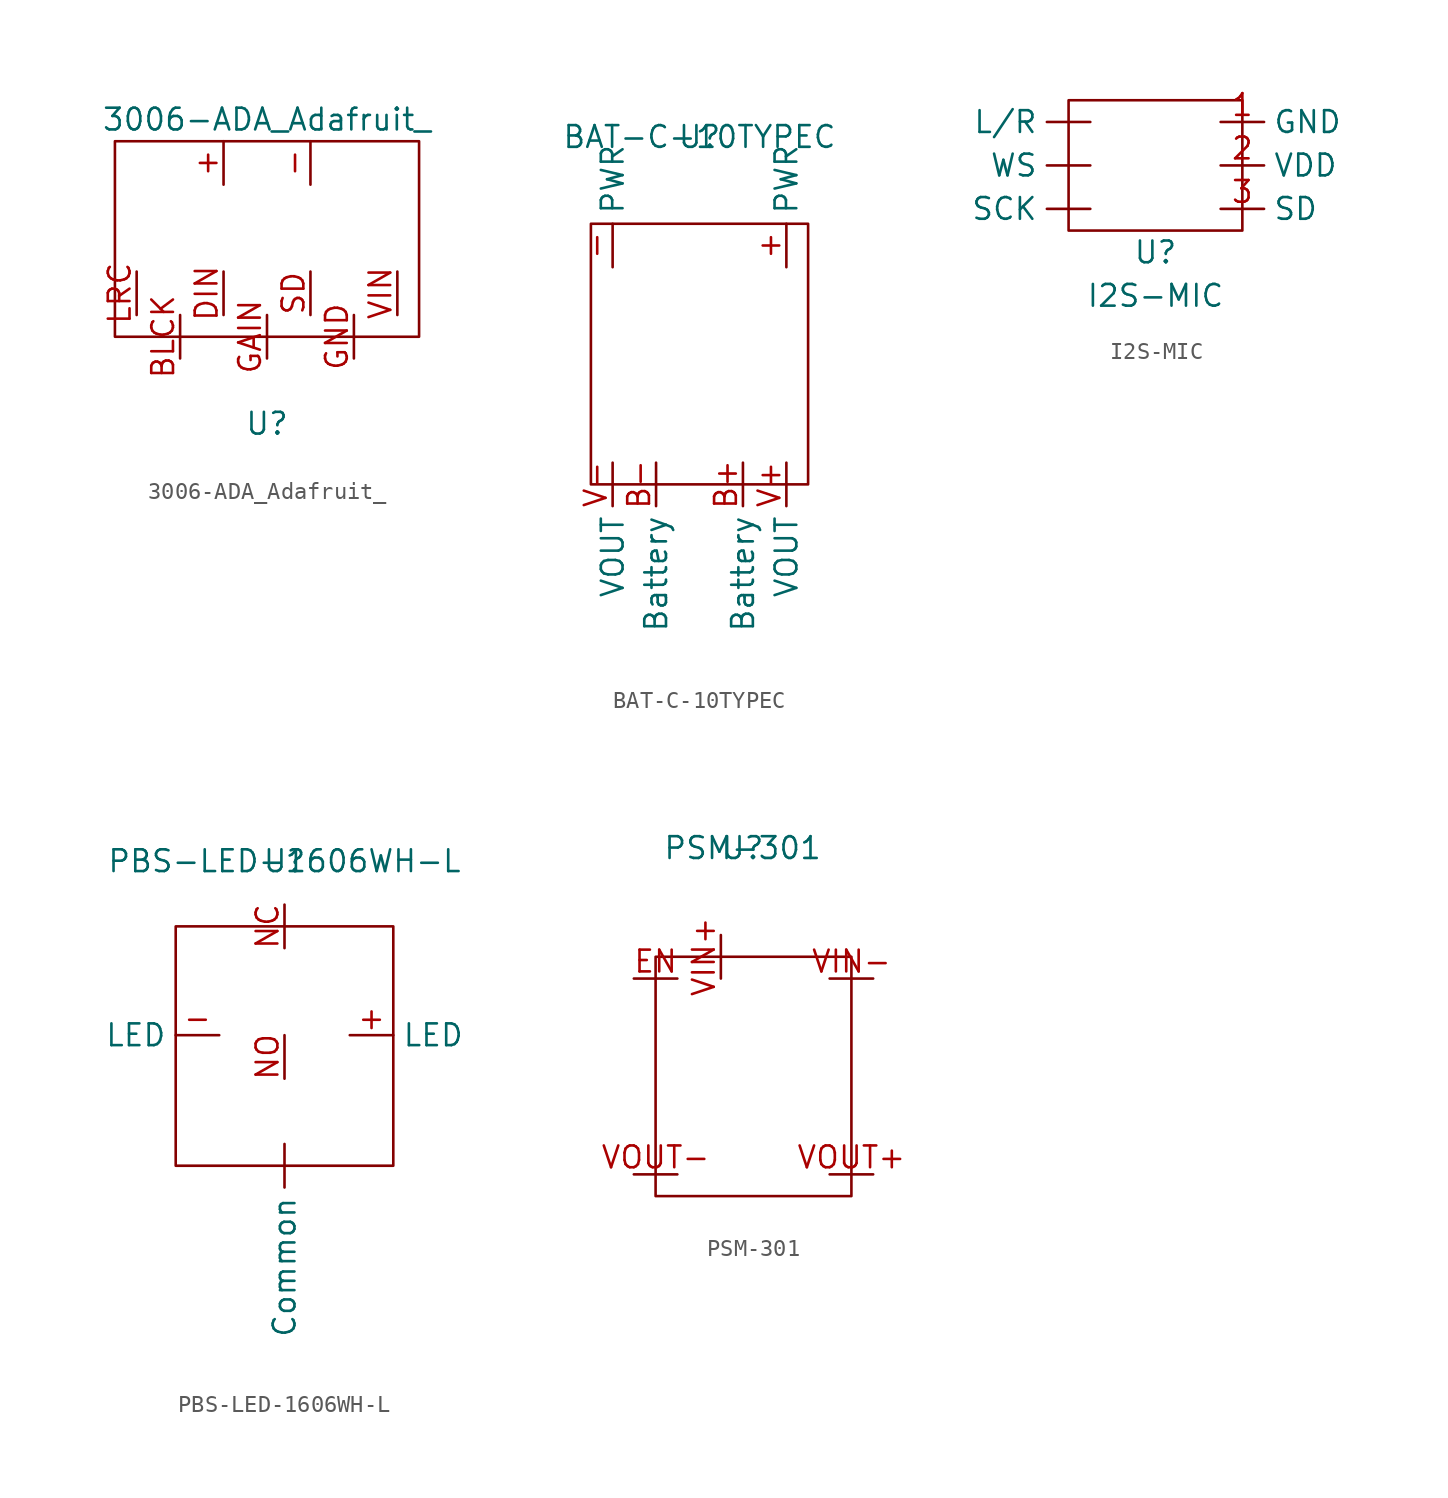
<source format=kicad_sym>
(kicad_symbol_lib
  (version 20211014)
  (generator kicad_symbol_editor)
  (symbol "3006-ADA_Adafruit_"
    (property "Reference" "U"
      (at 0 -10.16 0)
      (effects (font (size 1.27 1.27))))
    (property "Value" "3006-ADA_Adafruit_"
      (at 0 7.62 0)
      (effects (font (size 1.27 1.27))))
    (symbol "3006-ADA_Adafruit__0_1"
      (rectangle (start -8.89 6.35) (end 8.89 -5.08) (stroke (width 0) (type default) (color 0 0 0 0)) (fill (type none))))
    (symbol "3006-ADA_Adafruit__1_1"
      (pin output line (at -2.54 3.81 90) (length 2.54) (name "" (effects (font (size 1.27 1.27)))) (number "+" (effects (font (size 1.27 1.27)))))
      (pin output line (at 2.54 3.81 90) (length 2.54) (name "" (effects (font (size 1.27 1.27)))) (number "-" (effects (font (size 1.27 1.27)))))
      (pin input line (at -5.08 -3.81 270) (length 2.54) (name "" (effects (font (size 1.27 1.27)))) (number "BLCK" (effects (font (size 1.27 1.27)))))
      (pin input line (at -2.54 -3.81 90) (length 2.54) (name "" (effects (font (size 1.27 1.27)))) (number "DIN" (effects (font (size 1.27 1.27)))))
      (pin input line (at 0 -3.81 270) (length 2.54) (name "" (effects (font (size 1.27 1.27)))) (number "GAIN" (effects (font (size 1.27 1.27)))))
      (pin power_in line (at 5.08 -3.81 270) (length 2.54) (name "" (effects (font (size 1.27 1.27)))) (number "GND" (effects (font (size 1.27 1.27)))))
      (pin input line (at -7.62 -3.81 90) (length 2.54) (name "" (effects (font (size 1.27 1.27)))) (number "LRC" (effects (font (size 1.27 1.27)))))
      (pin input line (at 2.54 -3.81 90) (length 2.54) (name "" (effects (font (size 1.27 1.27)))) (number "SD" (effects (font (size 1.27 1.27)))))
      (pin power_in line (at 7.62 -3.81 90) (length 2.54) (name "" (effects (font (size 1.27 1.27)))) (number "VIN" (effects (font (size 1.27 1.27)))))))
  (symbol "BAT-C-10TYPEC"
    (property "Reference" "U"
      (at 0 0 0)
      (effects (font (size 1.27 1.27))))
    (property "Value" "BAT-C-10TYPEC"
      (at 0 0 0)
      (effects (font (size 1.27 1.27))))
    (symbol "BAT-C-10TYPEC_0_1"
      (rectangle (start -6.35 -5.08) (end 6.35 -20.32) (stroke (width 0) (type default) (color 0 0 0 0)) (fill (type none))))
    (symbol "BAT-C-10TYPEC_1_1"
      (pin power_in line (at 5.08 -7.62 90) (length 2.54) (name "PWR" (effects (font (size 1.27 1.27)))) (number "+" (effects (font (size 1.27 1.27)))))
      (pin power_in line (at -5.08 -7.62 90) (length 2.54) (name "PWR" (effects (font (size 1.27 1.27)))) (number "-" (effects (font (size 1.27 1.27)))))
      (pin power_in line (at 2.54 -19.05 270) (length 2.54) (name "Battery" (effects (font (size 1.27 1.27)))) (number "B+" (effects (font (size 1.27 1.27)))))
      (pin power_in line (at -2.54 -19.05 270) (length 2.54) (name "Battery" (effects (font (size 1.27 1.27)))) (number "B-" (effects (font (size 1.27 1.27)))))
      (pin power_out line (at 5.08 -19.05 270) (length 2.54) (name "VOUT" (effects (font (size 1.27 1.27)))) (number "V+" (effects (font (size 1.27 1.27)))))
      (pin power_out line (at -5.08 -19.05 270) (length 2.54) (name "VOUT" (effects (font (size 1.27 1.27)))) (number "V-" (effects (font (size 1.27 1.27)))))))
  (symbol "I2S-MIC"
    (property "Reference" "U"
      (at 0 0 0)
      (effects (font (size 1.27 1.27))))
    (property "Value" "I2S-MIC"
      (at 0 -2.54 0)
      (effects (font (size 1.27 1.27))))
    (symbol "I2S-MIC_0_1"
      (rectangle (start -5.08 8.89) (end 5.08 1.27) (stroke (width 0) (type default) (color 0 0 0 0)) (fill (type none))))
    (symbol "I2S-MIC_1_1"
      (pin input line (at -3.81 7.62 180) (length 2.54) (name "L/R" (effects (font (size 1.27 1.27)))) (number "" (effects (font (size 1.27 1.27)))))
      (pin input line (at -3.81 2.54 180) (length 2.54) (name "SCK" (effects (font (size 1.27 1.27)))) (number "" (effects (font (size 1.27 1.27)))))
      (pin input line (at -3.81 5.08 180) (length 2.54) (name "WS" (effects (font (size 1.27 1.27)))) (number "" (effects (font (size 1.27 1.27)))))
      (pin power_in line (at 3.81 7.62 0) (length 2.54) (name "GND" (effects (font (size 1.27 1.27)))) (number "1" (effects (font (size 1.27 1.27)))))
      (pin power_in line (at 3.81 5.08 0) (length 2.54) (name "VDD" (effects (font (size 1.27 1.27)))) (number "2" (effects (font (size 1.27 1.27)))))
      (pin input line (at 3.81 2.54 0) (length 2.54) (name "SD" (effects (font (size 1.27 1.27)))) (number "3" (effects (font (size 1.27 1.27)))))))
  (symbol "PBS-LED-1606WH-L"
    (property "Reference" "U"
      (at 0 0 0)
      (effects (font (size 1.27 1.27))))
    (property "Value" "PBS-LED-1606WH-L"
      (at 0 0 0)
      (effects (font (size 1.27 1.27))))
    (symbol "PBS-LED-1606WH-L_0_1"
      (rectangle (start -6.35 -3.81) (end 6.35 -17.78) (stroke (width 0) (type default) (color 0 0 0 0)) (fill (type none))))
    (symbol "PBS-LED-1606WH-L_1_1"
      (pin power_in line (at 0 -16.51 270) (length 2.54) (name "Common" (effects (font (size 1.27 1.27)))) (number "" (effects (font (size 1.27 1.27)))))
      (pin power_in line (at 3.81 -10.16 0) (length 2.54) (name "LED" (effects (font (size 1.27 1.27)))) (number "+" (effects (font (size 1.27 1.27)))))
      (pin power_in line (at -3.81 -10.16 180) (length 2.54) (name "LED" (effects (font (size 1.27 1.27)))) (number "-" (effects (font (size 1.27 1.27)))))
      (pin bidirectional line (at 0 -5.08 90) (length 2.54) (name "" (effects (font (size 1.27 1.27)))) (number "NC" (effects (font (size 1.27 1.27)))))
      (pin bidirectional line (at 0 -10.16 270) (length 2.54) (name "" (effects (font (size 1.27 1.27)))) (number "NO" (effects (font (size 1.27 1.27)))))))
  (symbol "PSM-301"
    (property "Reference" "U"
      (at 0 0 0)
      (effects (font (size 1.27 1.27))))
    (property "Value" "PSM-301"
      (at 0 0 0)
      (effects (font (size 1.27 1.27))))
    (symbol "PSM-301_0_1"
      (rectangle (start -5.08 -6.35) (end 6.35 -20.32) (stroke (width 0) (type default) (color 0 0 0 0)) (fill (type none))))
    (symbol "PSM-301_1_1"
      (pin input line (at -3.81 -7.62 180) (length 2.54) (name "" (effects (font (size 1.27 1.27)))) (number "EN" (effects (font (size 1.27 1.27)))))
      (pin power_in line (at -1.27 -7.62 90) (length 2.54) (name "" (effects (font (size 1.27 1.27)))) (number "VIN+" (effects (font (size 1.27 1.27)))))
      (pin power_in line (at 5.08 -7.62 0) (length 2.54) (name "" (effects (font (size 1.27 1.27)))) (number "VIN-" (effects (font (size 1.27 1.27)))))
      (pin power_out line (at 5.08 -19.05 0) (length 2.54) (name "" (effects (font (size 1.27 1.27)))) (number "VOUT+" (effects (font (size 1.27 1.27)))))
      (pin power_out line (at -3.81 -19.05 180) (length 2.54) (name "" (effects (font (size 1.27 1.27)))) (number "VOUT-" (effects (font (size 1.27 1.27))))))))
</source>
